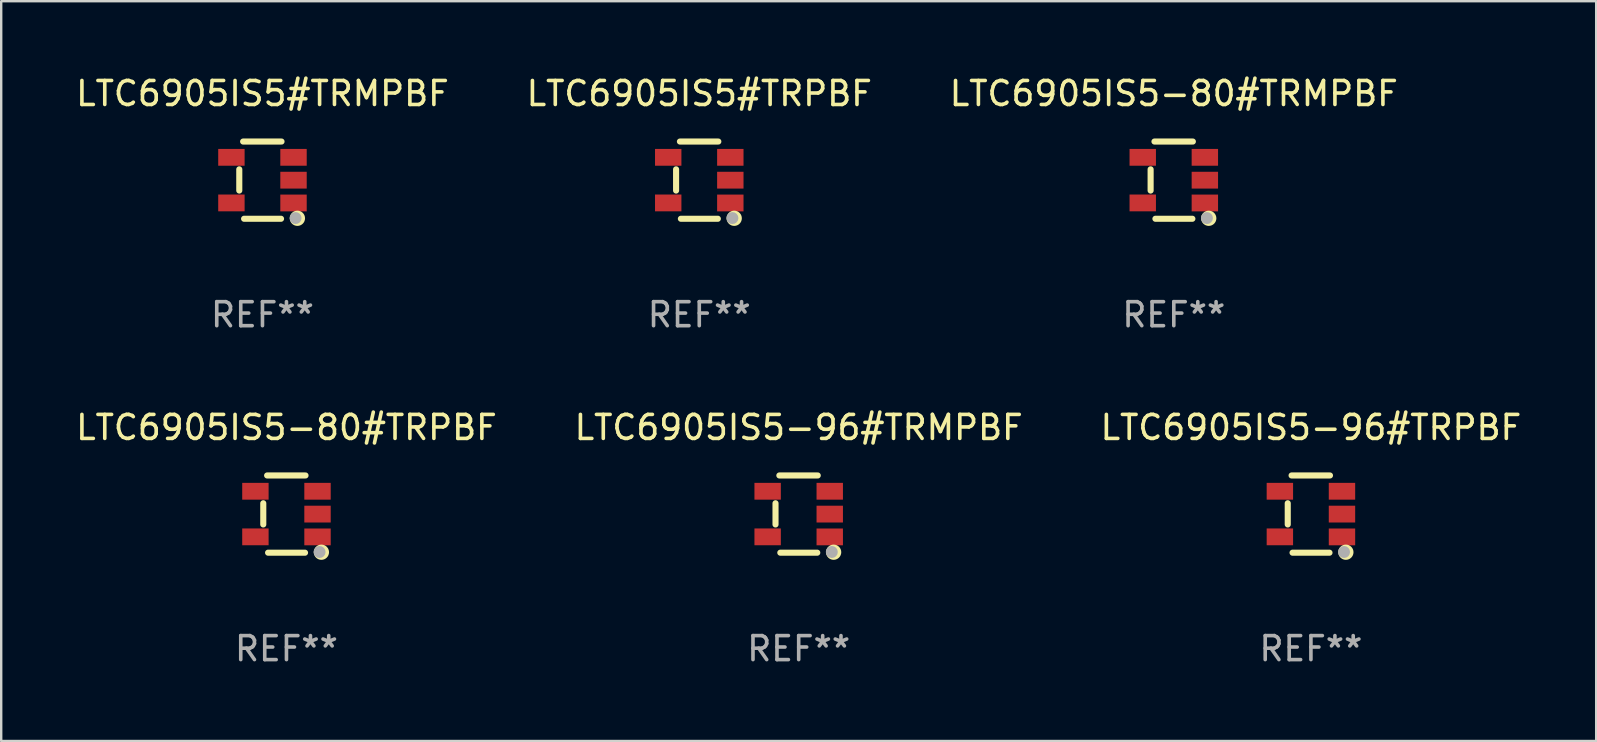
<source format=kicad_pcb>
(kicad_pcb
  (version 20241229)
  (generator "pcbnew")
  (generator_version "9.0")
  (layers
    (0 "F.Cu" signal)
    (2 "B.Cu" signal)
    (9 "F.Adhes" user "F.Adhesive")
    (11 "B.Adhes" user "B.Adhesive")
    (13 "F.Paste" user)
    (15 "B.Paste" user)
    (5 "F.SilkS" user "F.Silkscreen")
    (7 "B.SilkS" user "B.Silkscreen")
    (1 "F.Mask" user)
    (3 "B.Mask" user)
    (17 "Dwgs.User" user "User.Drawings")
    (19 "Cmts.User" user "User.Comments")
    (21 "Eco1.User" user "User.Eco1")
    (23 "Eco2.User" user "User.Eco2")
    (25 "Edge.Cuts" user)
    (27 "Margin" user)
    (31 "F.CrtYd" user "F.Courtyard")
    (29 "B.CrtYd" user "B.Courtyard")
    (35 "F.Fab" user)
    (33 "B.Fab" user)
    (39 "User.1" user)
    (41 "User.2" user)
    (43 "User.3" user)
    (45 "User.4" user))
  (footprint "LTC6905IS5-96#TRPBF"
    (layer "F.Cu")
    (at 51.577 18.372)
    (property "Reference" "LTC6905IS5-96#TRPBF" (at 0 -3.609 0) (layer "F.SilkS") (effects (font (size 1 1) (thickness 0.15))))
    (attr through_hole)
    (fp_line (start -0.966 0.433) (end -0.966 -0.451) (stroke (width 0.254) (type solid)) (layer "F.SilkS"))
    (fp_line (start -0.806 -1.609) (end 0.794 -1.609) (stroke (width 0.254) (type solid)) (layer "F.SilkS"))
    (fp_line (start -0.766 1.609) (end 0.774 1.609) (stroke (width 0.254) (type solid)) (layer "F.SilkS"))
    (fp_circle (center 1.4 1.45) (end 1.43 1.45) (stroke (width 0.06) (type solid)) (fill no) (layer "F.SilkS"))
    (fp_circle (center 1.456 1.589) (end 1.52 1.589) (stroke (width 0.254) (type solid)) (fill no) (layer "F.SilkS"))
    (fp_circle (center 1.38 1.58) (end 1.505 1.58) (stroke (width 0.25) (type solid)) (fill no) (layer "F.Fab"))
    (fp_text user "REF**" (at 0 5.609 0) (layer "F.Fab") (effects (font (size 1 1) (thickness 0.15))))
    (pad "1" smd rect (at 1.294 0.951) (size 1.1 0.7) (layers "F.Cu" "F.Mask" "F.Paste"))
    (pad "2" smd rect (at 1.294 0.001) (size 1.1 0.7) (layers "F.Cu" "F.Mask" "F.Paste"))
    (pad "3" smd rect (at 1.294 -0.951) (size 1.1 0.7) (layers "F.Cu" "F.Mask" "F.Paste"))
    (pad "4" smd rect (at -1.294 -0.951 180) (size 1.1 0.7) (layers "F.Cu" "F.Mask" "F.Paste"))
    (pad "5" smd rect (at -1.294 0.949 180) (size 1.1 0.7) (layers "F.Cu" "F.Mask" "F.Paste")))
  (footprint "LTC6905IS5-96#TRMPBF"
    (layer "F.Cu")
    (at 30.232 18.372)
    (property "Reference" "LTC6905IS5-96#TRMPBF" (at 0 -3.609 0) (layer "F.SilkS") (effects (font (size 1 1) (thickness 0.15))))
    (attr through_hole)
    (fp_line (start -0.966 0.433) (end -0.966 -0.451) (stroke (width 0.254) (type solid)) (layer "F.SilkS"))
    (fp_line (start -0.806 -1.609) (end 0.794 -1.609) (stroke (width 0.254) (type solid)) (layer "F.SilkS"))
    (fp_line (start -0.766 1.609) (end 0.774 1.609) (stroke (width 0.254) (type solid)) (layer "F.SilkS"))
    (fp_circle (center 1.4 1.45) (end 1.43 1.45) (stroke (width 0.06) (type solid)) (fill no) (layer "F.SilkS"))
    (fp_circle (center 1.456 1.589) (end 1.52 1.589) (stroke (width 0.254) (type solid)) (fill no) (layer "F.SilkS"))
    (fp_circle (center 1.38 1.58) (end 1.505 1.58) (stroke (width 0.25) (type solid)) (fill no) (layer "F.Fab"))
    (fp_text user "REF**" (at 0 5.609 0) (layer "F.Fab") (effects (font (size 1 1) (thickness 0.15))))
    (pad "1" smd rect (at 1.294 0.951) (size 1.1 0.7) (layers "F.Cu" "F.Mask" "F.Paste"))
    (pad "2" smd rect (at 1.294 0.001) (size 1.1 0.7) (layers "F.Cu" "F.Mask" "F.Paste"))
    (pad "3" smd rect (at 1.294 -0.951) (size 1.1 0.7) (layers "F.Cu" "F.Mask" "F.Paste"))
    (pad "4" smd rect (at -1.294 -0.951 180) (size 1.1 0.7) (layers "F.Cu" "F.Mask" "F.Paste"))
    (pad "5" smd rect (at -1.294 0.949 180) (size 1.1 0.7) (layers "F.Cu" "F.Mask" "F.Paste")))
  (footprint "LTC6905IS5-80#TRMPBF"
    (layer "F.Cu")
    (at 45.863 4.457)
    (property "Reference" "LTC6905IS5-80#TRMPBF" (at 0 -3.609 0) (layer "F.SilkS") (effects (font (size 1 1) (thickness 0.15))))
    (attr through_hole)
    (fp_line (start -0.966 0.433) (end -0.966 -0.451) (stroke (width 0.254) (type solid)) (layer "F.SilkS"))
    (fp_line (start -0.806 -1.609) (end 0.794 -1.609) (stroke (width 0.254) (type solid)) (layer "F.SilkS"))
    (fp_line (start -0.766 1.609) (end 0.774 1.609) (stroke (width 0.254) (type solid)) (layer "F.SilkS"))
    (fp_circle (center 1.4 1.45) (end 1.43 1.45) (stroke (width 0.06) (type solid)) (fill no) (layer "F.SilkS"))
    (fp_circle (center 1.456 1.589) (end 1.52 1.589) (stroke (width 0.254) (type solid)) (fill no) (layer "F.SilkS"))
    (fp_circle (center 1.38 1.58) (end 1.505 1.58) (stroke (width 0.25) (type solid)) (fill no) (layer "F.Fab"))
    (fp_text user "REF**" (at 0 5.609 0) (layer "F.Fab") (effects (font (size 1 1) (thickness 0.15))))
    (pad "1" smd rect (at 1.294 0.951) (size 1.1 0.7) (layers "F.Cu" "F.Mask" "F.Paste"))
    (pad "2" smd rect (at 1.294 0.001) (size 1.1 0.7) (layers "F.Cu" "F.Mask" "F.Paste"))
    (pad "3" smd rect (at 1.294 -0.951) (size 1.1 0.7) (layers "F.Cu" "F.Mask" "F.Paste"))
    (pad "4" smd rect (at -1.294 -0.951 180) (size 1.1 0.7) (layers "F.Cu" "F.Mask" "F.Paste"))
    (pad "5" smd rect (at -1.294 0.949 180) (size 1.1 0.7) (layers "F.Cu" "F.Mask" "F.Paste")))
  (footprint "LTC6905IS5-80#TRPBF"
    (layer "F.Cu")
    (at 8.887 18.372)
    (property "Reference" "LTC6905IS5-80#TRPBF" (at 0 -3.609 0) (layer "F.SilkS") (effects (font (size 1 1) (thickness 0.15))))
    (attr through_hole)
    (fp_line (start -0.966 0.433) (end -0.966 -0.451) (stroke (width 0.254) (type solid)) (layer "F.SilkS"))
    (fp_line (start -0.806 -1.609) (end 0.794 -1.609) (stroke (width 0.254) (type solid)) (layer "F.SilkS"))
    (fp_line (start -0.766 1.609) (end 0.774 1.609) (stroke (width 0.254) (type solid)) (layer "F.SilkS"))
    (fp_circle (center 1.4 1.45) (end 1.43 1.45) (stroke (width 0.06) (type solid)) (fill no) (layer "F.SilkS"))
    (fp_circle (center 1.456 1.589) (end 1.52 1.589) (stroke (width 0.254) (type solid)) (fill no) (layer "F.SilkS"))
    (fp_circle (center 1.38 1.58) (end 1.505 1.58) (stroke (width 0.25) (type solid)) (fill no) (layer "F.Fab"))
    (fp_text user "REF**" (at 0 5.609 0) (layer "F.Fab") (effects (font (size 1 1) (thickness 0.15))))
    (pad "1" smd rect (at 1.294 0.951) (size 1.1 0.7) (layers "F.Cu" "F.Mask" "F.Paste"))
    (pad "2" smd rect (at 1.294 0.001) (size 1.1 0.7) (layers "F.Cu" "F.Mask" "F.Paste"))
    (pad "3" smd rect (at 1.294 -0.951) (size 1.1 0.7) (layers "F.Cu" "F.Mask" "F.Paste"))
    (pad "4" smd rect (at -1.294 -0.951 180) (size 1.1 0.7) (layers "F.Cu" "F.Mask" "F.Paste"))
    (pad "5" smd rect (at -1.294 0.949 180) (size 1.1 0.7) (layers "F.Cu" "F.Mask" "F.Paste")))
  (footprint "LTC6905IS5#TRMPBF"
    (layer "F.Cu")
    (at 7.887 4.457)
    (property "Reference" "LTC6905IS5#TRMPBF" (at 0 -3.609 0) (layer "F.SilkS") (effects (font (size 1 1) (thickness 0.15))))
    (attr through_hole)
    (fp_line (start -0.966 0.433) (end -0.966 -0.451) (stroke (width 0.254) (type solid)) (layer "F.SilkS"))
    (fp_line (start -0.806 -1.609) (end 0.794 -1.609) (stroke (width 0.254) (type solid)) (layer "F.SilkS"))
    (fp_line (start -0.766 1.609) (end 0.774 1.609) (stroke (width 0.254) (type solid)) (layer "F.SilkS"))
    (fp_circle (center 1.4 1.45) (end 1.43 1.45) (stroke (width 0.06) (type solid)) (fill no) (layer "F.SilkS"))
    (fp_circle (center 1.456 1.589) (end 1.52 1.589) (stroke (width 0.254) (type solid)) (fill no) (layer "F.SilkS"))
    (fp_circle (center 1.38 1.58) (end 1.505 1.58) (stroke (width 0.25) (type solid)) (fill no) (layer "F.Fab"))
    (fp_text user "REF**" (at 0 5.609 0) (layer "F.Fab") (effects (font (size 1 1) (thickness 0.15))))
    (pad "1" smd rect (at 1.294 0.951) (size 1.1 0.7) (layers "F.Cu" "F.Mask" "F.Paste"))
    (pad "2" smd rect (at 1.294 0.001) (size 1.1 0.7) (layers "F.Cu" "F.Mask" "F.Paste"))
    (pad "3" smd rect (at 1.294 -0.951) (size 1.1 0.7) (layers "F.Cu" "F.Mask" "F.Paste"))
    (pad "4" smd rect (at -1.294 -0.951 180) (size 1.1 0.7) (layers "F.Cu" "F.Mask" "F.Paste"))
    (pad "5" smd rect (at -1.294 0.949 180) (size 1.1 0.7) (layers "F.Cu" "F.Mask" "F.Paste")))
  (footprint "LTC6905IS5#TRPBF"
    (layer "F.Cu")
    (at 26.089 4.457)
    (property "Reference" "LTC6905IS5#TRPBF" (at 0 -3.609 0) (layer "F.SilkS") (effects (font (size 1 1) (thickness 0.15))))
    (attr through_hole)
    (fp_line (start -0.966 0.433) (end -0.966 -0.451) (stroke (width 0.254) (type solid)) (layer "F.SilkS"))
    (fp_line (start -0.806 -1.609) (end 0.794 -1.609) (stroke (width 0.254) (type solid)) (layer "F.SilkS"))
    (fp_line (start -0.766 1.609) (end 0.774 1.609) (stroke (width 0.254) (type solid)) (layer "F.SilkS"))
    (fp_circle (center 1.4 1.45) (end 1.43 1.45) (stroke (width 0.06) (type solid)) (fill no) (layer "F.SilkS"))
    (fp_circle (center 1.456 1.589) (end 1.52 1.589) (stroke (width 0.254) (type solid)) (fill no) (layer "F.SilkS"))
    (fp_circle (center 1.38 1.58) (end 1.505 1.58) (stroke (width 0.25) (type solid)) (fill no) (layer "F.Fab"))
    (fp_text user "REF**" (at 0 5.609 0) (layer "F.Fab") (effects (font (size 1 1) (thickness 0.15))))
    (pad "1" smd rect (at 1.294 0.951) (size 1.1 0.7) (layers "F.Cu" "F.Mask" "F.Paste"))
    (pad "2" smd rect (at 1.294 0.001) (size 1.1 0.7) (layers "F.Cu" "F.Mask" "F.Paste"))
    (pad "3" smd rect (at 1.294 -0.951) (size 1.1 0.7) (layers "F.Cu" "F.Mask" "F.Paste"))
    (pad "4" smd rect (at -1.294 -0.951 180) (size 1.1 0.7) (layers "F.Cu" "F.Mask" "F.Paste"))
    (pad "5" smd rect (at -1.294 0.949 180) (size 1.1 0.7) (layers "F.Cu" "F.Mask" "F.Paste")))
  (gr_rect
    (start -3 -3)
    (end 63.464 27.829)
    (stroke (width 0.1) (type default))
    (fill no)
    (layer "Edge.Cuts")))
</source>
